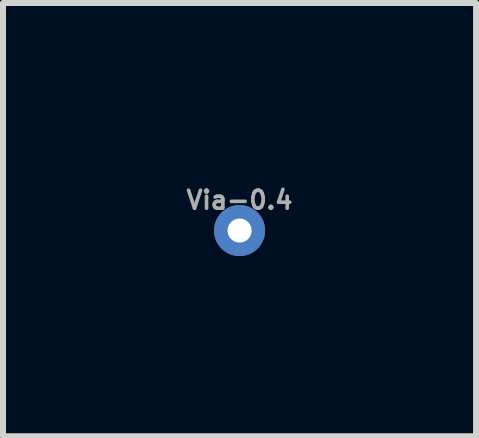
<source format=kicad_pcb>
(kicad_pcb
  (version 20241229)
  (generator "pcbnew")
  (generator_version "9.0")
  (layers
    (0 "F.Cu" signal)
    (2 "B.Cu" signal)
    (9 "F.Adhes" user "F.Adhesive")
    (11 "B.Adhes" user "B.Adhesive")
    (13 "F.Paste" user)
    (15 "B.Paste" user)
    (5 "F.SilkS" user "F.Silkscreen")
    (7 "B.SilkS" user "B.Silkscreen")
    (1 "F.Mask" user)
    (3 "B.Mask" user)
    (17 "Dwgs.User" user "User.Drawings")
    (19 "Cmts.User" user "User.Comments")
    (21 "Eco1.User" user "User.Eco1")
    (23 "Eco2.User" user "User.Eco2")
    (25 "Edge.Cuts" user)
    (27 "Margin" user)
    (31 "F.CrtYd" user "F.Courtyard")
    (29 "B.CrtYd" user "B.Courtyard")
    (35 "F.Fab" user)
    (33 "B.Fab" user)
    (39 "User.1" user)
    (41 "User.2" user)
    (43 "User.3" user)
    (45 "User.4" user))
  (footprint "Via-0.4"
    (layer "F.Cu")
    (at 0.939 0.789)
    (property "Reference" "Via-0.4" (at 0 -0.508 0) (layer "F.Fab") (effects (font (size 0.3 0.3) (thickness 0.06))))
    (attr through_hole)
    (pad "1" thru_hole circle (at 0 0) (size 0.85 0.85) (drill 0.4) (layers "*.Cu" "*.Mask")))
  (gr_rect
    (start -3 -3)
    (end 4.877 4.214)
    (stroke (width 0.1) (type default))
    (fill no)
    (layer "Edge.Cuts")))
</source>
